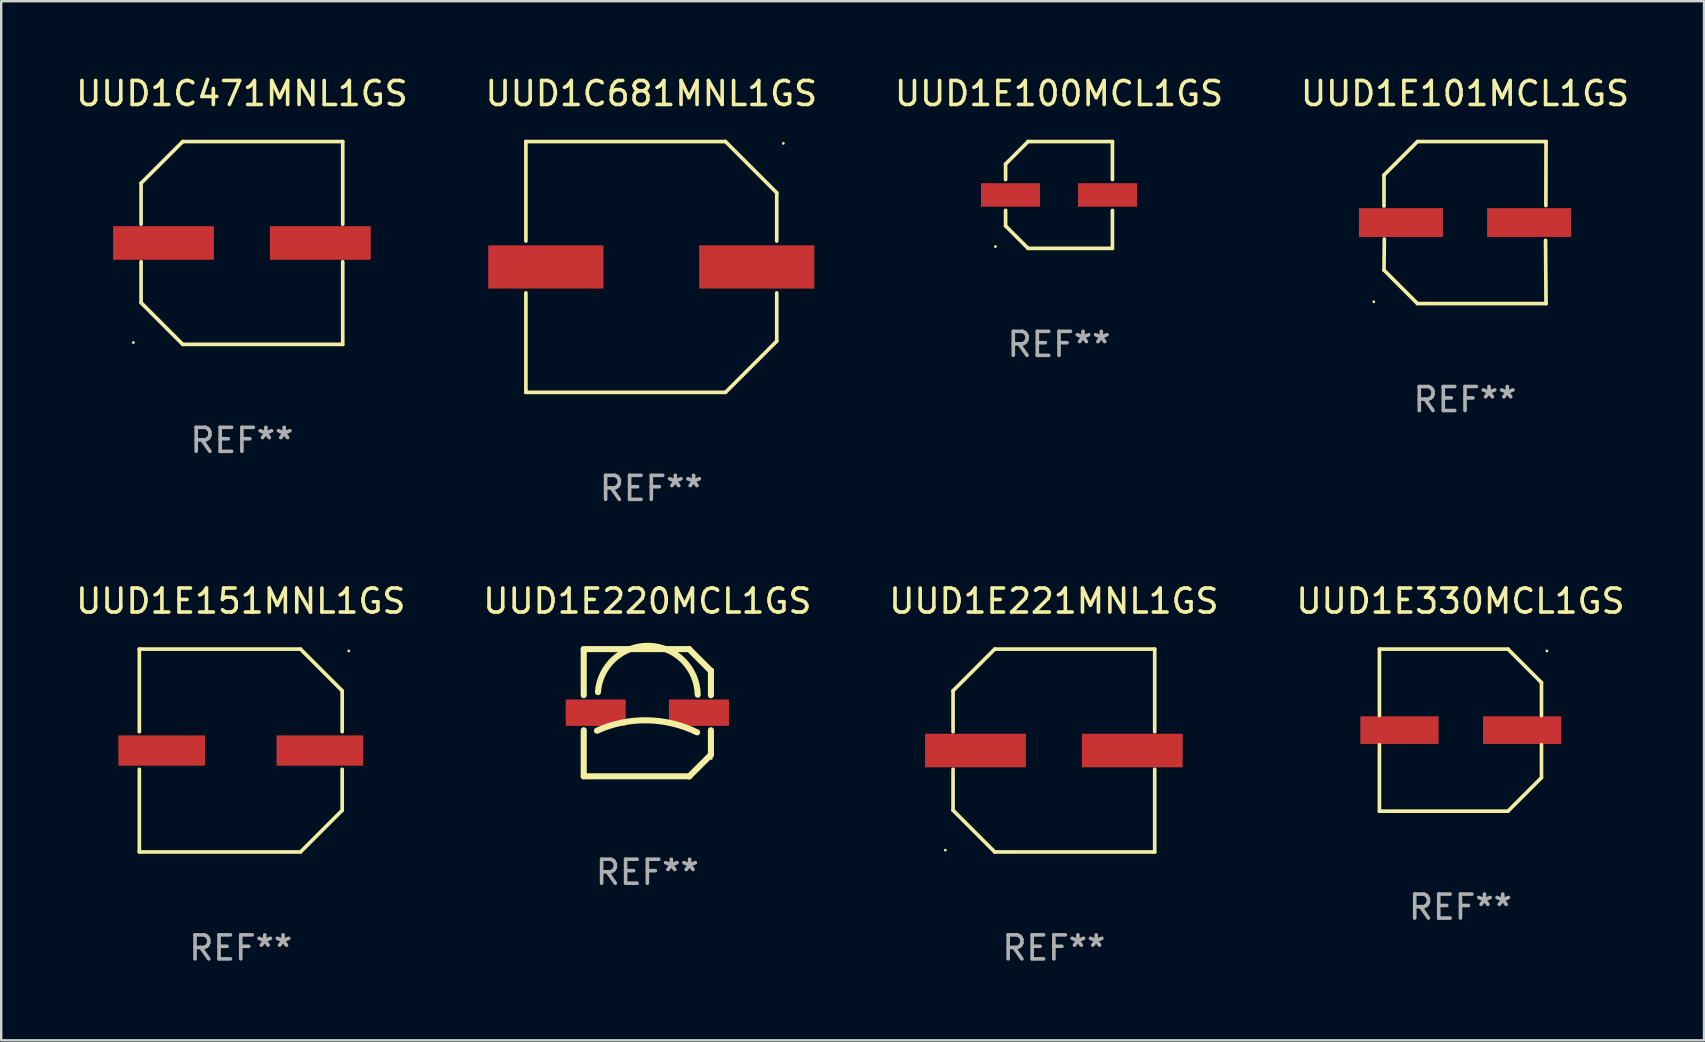
<source format=kicad_pcb>
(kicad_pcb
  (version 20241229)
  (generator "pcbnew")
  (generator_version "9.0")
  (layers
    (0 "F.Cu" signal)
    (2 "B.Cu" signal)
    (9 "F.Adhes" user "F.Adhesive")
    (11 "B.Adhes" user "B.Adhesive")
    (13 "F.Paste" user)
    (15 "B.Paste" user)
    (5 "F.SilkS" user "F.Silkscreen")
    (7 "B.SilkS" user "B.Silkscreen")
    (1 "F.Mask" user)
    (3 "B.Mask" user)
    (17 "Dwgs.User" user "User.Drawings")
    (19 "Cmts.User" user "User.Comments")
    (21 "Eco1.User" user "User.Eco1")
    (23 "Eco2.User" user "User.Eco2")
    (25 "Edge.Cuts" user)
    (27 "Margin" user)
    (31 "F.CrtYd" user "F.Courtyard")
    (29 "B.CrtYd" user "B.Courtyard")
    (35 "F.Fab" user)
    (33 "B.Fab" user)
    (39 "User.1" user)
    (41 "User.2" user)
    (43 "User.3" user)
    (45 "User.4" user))
  (footprint "UUD1C681MNL1GS"
    (layer "F.Cu")
    (at 24.089 8.074)
    (property "Reference" "UUD1C681MNL1GS" (at 0 -7.226 0) (layer "F.SilkS") (effects (font (size 1 1) (thickness 0.15))))
    (attr through_hole)
    (fp_line (start -5.226 -5.226) (end -5.226 -1.08) (stroke (width 0.152) (type solid)) (layer "F.SilkS"))
    (fp_line (start -5.226 -5.226) (end 3.09 -5.226) (stroke (width 0.152) (type solid)) (layer "F.SilkS"))
    (fp_line (start -5.226 1.08) (end -5.226 5.226) (stroke (width 0.152) (type solid)) (layer "F.SilkS"))
    (fp_line (start -5.226 5.226) (end 3.09 5.226) (stroke (width 0.152) (type solid)) (layer "F.SilkS"))
    (fp_line (start 3.09 -5.226) (end 5.226 -3.09) (stroke (width 0.152) (type solid)) (layer "F.SilkS"))
    (fp_line (start 3.09 5.226) (end 5.226 3.09) (stroke (width 0.152) (type solid)) (layer "F.SilkS"))
    (fp_line (start 5.226 -1.08) (end 5.226 -3.09) (stroke (width 0.152) (type solid)) (layer "F.SilkS"))
    (fp_line (start 5.226 3.09) (end 5.226 1.08) (stroke (width 0.152) (type solid)) (layer "F.SilkS"))
    (fp_circle (center 5.5 -5.15) (end 5.53 -5.15) (stroke (width 0.06) (type solid)) (fill no) (layer "F.SilkS"))
    (fp_text user "REF**" (at 0 9.226 0) (layer "F.Fab") (effects (font (size 1 1) (thickness 0.15))))
    (pad "1" smd rect (at 4.395 0 180) (size 4.8 1.8) (layers "F.Cu" "F.Mask" "F.Paste"))
    (pad "2" smd rect (at -4.395 0 180) (size 4.8 1.8) (layers "F.Cu" "F.Mask" "F.Paste")))
  (footprint "UUD1E100MCL1GS"
    (layer "F.Cu")
    (at 41.077 5.074)
    (property "Reference" "UUD1E100MCL1GS" (at 0 -4.226 0) (layer "F.SilkS") (effects (font (size 1 1) (thickness 0.15))))
    (attr through_hole)
    (fp_line (start -2.226 -1.29) (end -1.29 -2.226) (stroke (width 0.152) (type solid)) (layer "F.SilkS"))
    (fp_line (start -2.226 -0.642) (end -2.226 -1.29) (stroke (width 0.152) (type solid)) (layer "F.SilkS"))
    (fp_line (start -2.226 0.642) (end -2.226 1.29) (stroke (width 0.152) (type solid)) (layer "F.SilkS"))
    (fp_line (start -2.226 1.29) (end -1.29 2.226) (stroke (width 0.152) (type solid)) (layer "F.SilkS"))
    (fp_line (start -1.29 -2.226) (end 2.226 -2.226) (stroke (width 0.152) (type solid)) (layer "F.SilkS"))
    (fp_line (start -1.29 2.226) (end 2.226 2.226) (stroke (width 0.152) (type solid)) (layer "F.SilkS"))
    (fp_line (start 2.226 -2.226) (end 2.226 -0.642) (stroke (width 0.152) (type solid)) (layer "F.SilkS"))
    (fp_line (start 2.226 2.226) (end 2.226 0.642) (stroke (width 0.152) (type solid)) (layer "F.SilkS"))
    (fp_circle (center -2.65 2.15) (end -2.62 2.15) (stroke (width 0.06) (type solid)) (fill no) (layer "F.SilkS"))
    (fp_text user "REF**" (at 0 6.226 0) (layer "F.Fab") (effects (font (size 1 1) (thickness 0.15))))
    (pad "1" smd rect (at -2.02 -0.000013) (size 2.46 0.98) (layers "F.Cu" "F.Mask" "F.Paste"))
    (pad "2" smd rect (at 2.02 -0.000013) (size 2.46 0.98) (layers "F.Cu" "F.Mask" "F.Paste")))
  (footprint "UUD1E221MNL1GS"
    (layer "F.Cu")
    (at 40.863 28.223)
    (property "Reference" "UUD1E221MNL1GS" (at 0 -6.226 0) (layer "F.SilkS") (effects (font (size 1 1) (thickness 0.15))))
    (attr through_hole)
    (fp_line (start -4.201 -2.49) (end -4.201 -0.782) (stroke (width 0.152) (type solid)) (layer "F.SilkS"))
    (fp_line (start -4.201 2.49) (end -4.201 0.782) (stroke (width 0.152) (type solid)) (layer "F.SilkS"))
    (fp_line (start -2.465 -4.226) (end -4.201 -2.49) (stroke (width 0.152) (type solid)) (layer "F.SilkS"))
    (fp_line (start -2.465 4.226) (end -4.201 2.49) (stroke (width 0.152) (type solid)) (layer "F.SilkS"))
    (fp_line (start 4.201 -4.226) (end -2.465 -4.226) (stroke (width 0.152) (type solid)) (layer "F.SilkS"))
    (fp_line (start 4.201 -0.782) (end 4.201 -4.226) (stroke (width 0.152) (type solid)) (layer "F.SilkS"))
    (fp_line (start 4.201 0.782) (end 4.201 4.226) (stroke (width 0.152) (type solid)) (layer "F.SilkS"))
    (fp_line (start 4.201 4.226) (end -2.465 4.226) (stroke (width 0.152) (type solid)) (layer "F.SilkS"))
    (fp_circle (center -4.524 4.15) (end -4.494 4.15) (stroke (width 0.06) (type solid)) (fill no) (layer "F.SilkS"))
    (fp_text user "REF**" (at 0 8.226 0) (layer "F.Fab") (effects (font (size 1 1) (thickness 0.15))))
    (pad "1" smd rect (at -3.267 0) (size 4.2 1.4) (layers "F.Cu" "F.Mask" "F.Paste"))
    (pad "2" smd rect (at 3.267 0) (size 4.2 1.4) (layers "F.Cu" "F.Mask" "F.Paste")))
  (footprint "UUD1C471MNL1GS"
    (layer "F.Cu")
    (at 7.03 7.074)
    (property "Reference" "UUD1C471MNL1GS" (at 0 -6.226 0) (layer "F.SilkS") (effects (font (size 1 1) (thickness 0.15))))
    (attr through_hole)
    (fp_line (start -4.201 -2.49) (end -4.201 -0.782) (stroke (width 0.152) (type solid)) (layer "F.SilkS"))
    (fp_line (start -4.201 2.49) (end -4.201 0.782) (stroke (width 0.152) (type solid)) (layer "F.SilkS"))
    (fp_line (start -2.465 -4.226) (end -4.201 -2.49) (stroke (width 0.152) (type solid)) (layer "F.SilkS"))
    (fp_line (start -2.465 4.226) (end -4.201 2.49) (stroke (width 0.152) (type solid)) (layer "F.SilkS"))
    (fp_line (start 4.201 -4.226) (end -2.465 -4.226) (stroke (width 0.152) (type solid)) (layer "F.SilkS"))
    (fp_line (start 4.201 -0.782) (end 4.201 -4.226) (stroke (width 0.152) (type solid)) (layer "F.SilkS"))
    (fp_line (start 4.201 0.782) (end 4.201 4.226) (stroke (width 0.152) (type solid)) (layer "F.SilkS"))
    (fp_line (start 4.201 4.226) (end -2.465 4.226) (stroke (width 0.152) (type solid)) (layer "F.SilkS"))
    (fp_circle (center -4.524 4.15) (end -4.494 4.15) (stroke (width 0.06) (type solid)) (fill no) (layer "F.SilkS"))
    (fp_text user "REF**" (at 0 8.226 0) (layer "F.Fab") (effects (font (size 1 1) (thickness 0.15))))
    (pad "1" smd rect (at -3.267 0) (size 4.2 1.4) (layers "F.Cu" "F.Mask" "F.Paste"))
    (pad "2" smd rect (at 3.267 0) (size 4.2 1.4) (layers "F.Cu" "F.Mask" "F.Paste")))
  (footprint "UUD1E101MCL1GS"
    (layer "F.Cu")
    (at 57.994 6.224)
    (property "Reference" "UUD1E101MCL1GS" (at 0 -5.376 0) (layer "F.SilkS") (effects (font (size 1 1) (thickness 0.15))))
    (attr through_hole)
    (fp_line (start -3.376 -1.98) (end -3.376 -0.686) (stroke (width 0.152) (type solid)) (layer "F.SilkS"))
    (fp_line (start -3.376 1.981) (end -3.362 0.686) (stroke (width 0.152) (type solid)) (layer "F.SilkS"))
    (fp_line (start -1.981 3.376) (end -3.376 1.981) (stroke (width 0.152) (type solid)) (layer "F.SilkS"))
    (fp_line (start -1.98 -3.376) (end -3.376 -1.98) (stroke (width 0.152) (type solid)) (layer "F.SilkS"))
    (fp_line (start 3.356 0.74) (end 3.376 3.376) (stroke (width 0.152) (type solid)) (layer "F.SilkS"))
    (fp_line (start 3.369 -0.707) (end 3.376 -3.376) (stroke (width 0.152) (type solid)) (layer "F.SilkS"))
    (fp_line (start 3.376 3.376) (end -1.981 3.376) (stroke (width 0.152) (type solid)) (layer "F.SilkS"))
    (fp_line (start 3.376 -3.376) (end -1.98 -3.376) (stroke (width 0.152) (type solid)) (layer "F.SilkS"))
    (fp_circle (center -3.8 3.3) (end -3.77 3.3) (stroke (width 0.06) (type solid)) (fill no) (layer "F.SilkS"))
    (fp_text user "REF**" (at 0 7.376 0) (layer "F.Fab") (effects (font (size 1 1) (thickness 0.15))))
    (pad "1" smd rect (at -2.67 0.000203) (size 3.5 1.2) (layers "F.Cu" "F.Mask" "F.Paste"))
    (pad "2" smd rect (at 2.67 0.000203) (size 3.5 1.2) (layers "F.Cu" "F.Mask" "F.Paste")))
  (footprint "UUD1E151MNL1GS"
    (layer "F.Cu")
    (at 6.982 28.223)
    (property "Reference" "UUD1E151MNL1GS" (at 0 -6.226 0) (layer "F.SilkS") (effects (font (size 1 1) (thickness 0.15))))
    (attr through_hole)
    (fp_line (start -4.226 -4.226) (end 2.49 -4.226) (stroke (width 0.152) (type solid)) (layer "F.SilkS"))
    (fp_line (start -4.226 -0.782) (end -4.226 -4.226) (stroke (width 0.152) (type solid)) (layer "F.SilkS"))
    (fp_line (start -4.226 0.782) (end -4.226 4.226) (stroke (width 0.152) (type solid)) (layer "F.SilkS"))
    (fp_line (start -4.226 4.226) (end 2.49 4.226) (stroke (width 0.152) (type solid)) (layer "F.SilkS"))
    (fp_line (start 2.49 -4.226) (end 4.226 -2.49) (stroke (width 0.152) (type solid)) (layer "F.SilkS"))
    (fp_line (start 2.49 4.226) (end 4.226 2.49) (stroke (width 0.152) (type solid)) (layer "F.SilkS"))
    (fp_line (start 4.226 -2.49) (end 4.226 -0.782) (stroke (width 0.152) (type solid)) (layer "F.SilkS"))
    (fp_line (start 4.226 2.49) (end 4.226 0.782) (stroke (width 0.152) (type solid)) (layer "F.SilkS"))
    (fp_circle (center 4.5 -4.15) (end 4.53 -4.15) (stroke (width 0.06) (type solid)) (fill no) (layer "F.SilkS"))
    (fp_text user "REF**" (at 0 8.226 0) (layer "F.Fab") (effects (font (size 1 1) (thickness 0.15))))
    (pad "1" smd rect (at 3.295 0 180) (size 3.61 1.26) (layers "F.Cu" "F.Mask" "F.Paste"))
    (pad "2" smd rect (at -3.295 0 180) (size 3.61 1.26) (layers "F.Cu" "F.Mask" "F.Paste")))
  (footprint "UUD1E220MCL1GS"
    (layer "F.Cu")
    (at 23.923 26.647)
    (property "Reference" "UUD1E220MCL1GS" (at 0 -4.65 0) (layer "F.SilkS") (effects (font (size 1 1) (thickness 0.15))))
    (attr through_hole)
    (fp_line (start -2.65 -2.65) (end 1.74 -2.65) (stroke (width 0.254) (type solid)) (layer "F.SilkS"))
    (fp_line (start -2.65 -0.731) (end -2.65 -2.65) (stroke (width 0.254) (type solid)) (layer "F.SilkS"))
    (fp_line (start -2.65 2.65) (end -2.65 0.731) (stroke (width 0.254) (type solid)) (layer "F.SilkS"))
    (fp_line (start -2.65 2.65) (end 1.73 2.65) (stroke (width 0.254) (type solid)) (layer "F.SilkS"))
    (fp_line (start 1.73 2.65) (end 1.75 2.65) (stroke (width 0.254) (type solid)) (layer "F.SilkS"))
    (fp_line (start 1.75 2.65) (end 2.65 1.75) (stroke (width 0.254) (type solid)) (layer "F.SilkS"))
    (fp_line (start 2.64 -1.75) (end 1.74 -2.65) (stroke (width 0.254) (type solid)) (layer "F.SilkS"))
    (fp_line (start 2.65 -1.75) (end 2.64 -1.75) (stroke (width 0.254) (type solid)) (layer "F.SilkS"))
    (fp_line (start 2.65 -0.731) (end 2.65 -1.75) (stroke (width 0.254) (type solid)) (layer "F.SilkS"))
    (fp_line (start 2.65 1.75) (end 2.65 0.731) (stroke (width 0.254) (type solid)) (layer "F.SilkS"))
    (fp_arc (start -2.1 0.749886) (mid -0.005214 0.316693) (end 2.074168 0.818644) (stroke (width 0.254001) (type solid)) (layer "F.SilkS"))
    (fp_arc (start -2.058369 -0.857759) (mid 0.072137 -2.78601) (end 2.1 -0.750089) (stroke (width 0.254001) (type solid)) (layer "F.SilkS"))
    (fp_circle (center 2.667 1.905) (end 2.697 1.905) (stroke (width 0.06) (type solid)) (fill no) (layer "F.SilkS"))
    (fp_text user "REF**" (at 0 6.65 0) (layer "F.Fab") (effects (font (size 1 1) (thickness 0.15))))
    (pad "1" smd rect (at 2.15 0) (size 2.5 1.1) (layers "F.Cu" "F.Mask" "F.Paste"))
    (pad "2" smd rect (at -2.15 0) (size 2.5 1.1) (layers "F.Cu" "F.Mask" "F.Paste")))
  (footprint "UUD1E330MCL1GS"
    (layer "F.Cu")
    (at 57.804 27.373)
    (property "Reference" "UUD1E330MCL1GS" (at 0 -5.376 0) (layer "F.SilkS") (effects (font (size 1 1) (thickness 0.15))))
    (attr through_hole)
    (fp_line (start -3.376 -3.376) (end 1.98 -3.376) (stroke (width 0.152) (type solid)) (layer "F.SilkS"))
    (fp_line (start -3.376 -0.607) (end -3.376 -3.376) (stroke (width 0.152) (type solid)) (layer "F.SilkS"))
    (fp_line (start -3.376 0.607) (end -3.376 3.376) (stroke (width 0.152) (type solid)) (layer "F.SilkS"))
    (fp_line (start -3.376 3.376) (end 1.98 3.376) (stroke (width 0.152) (type solid)) (layer "F.SilkS"))
    (fp_line (start 1.98 -3.376) (end 3.376 -1.98) (stroke (width 0.152) (type solid)) (layer "F.SilkS"))
    (fp_line (start 1.98 3.376) (end 3.376 1.98) (stroke (width 0.152) (type solid)) (layer "F.SilkS"))
    (fp_line (start 3.376 -1.98) (end 3.376 -0.607) (stroke (width 0.152) (type solid)) (layer "F.SilkS"))
    (fp_line (start 3.376 1.98) (end 3.376 0.607) (stroke (width 0.152) (type solid)) (layer "F.SilkS"))
    (fp_circle (center 3.6 -3.3) (end 3.63 -3.3) (stroke (width 0.06) (type solid)) (fill no) (layer "F.SilkS"))
    (fp_text user "REF**" (at 0 7.376 0) (layer "F.Fab") (effects (font (size 1 1) (thickness 0.15))))
    (pad "1" smd rect (at 2.57 0 180) (size 3.26 1.15) (layers "F.Cu" "F.Mask" "F.Paste"))
    (pad "2" smd rect (at -2.54 0 180) (size 3.26 1.15) (layers "F.Cu" "F.Mask" "F.Paste")))
  (gr_rect
    (start -3 -3)
    (end 67.952 40.298)
    (stroke (width 0.1) (type default))
    (fill no)
    (layer "Edge.Cuts")))
</source>
